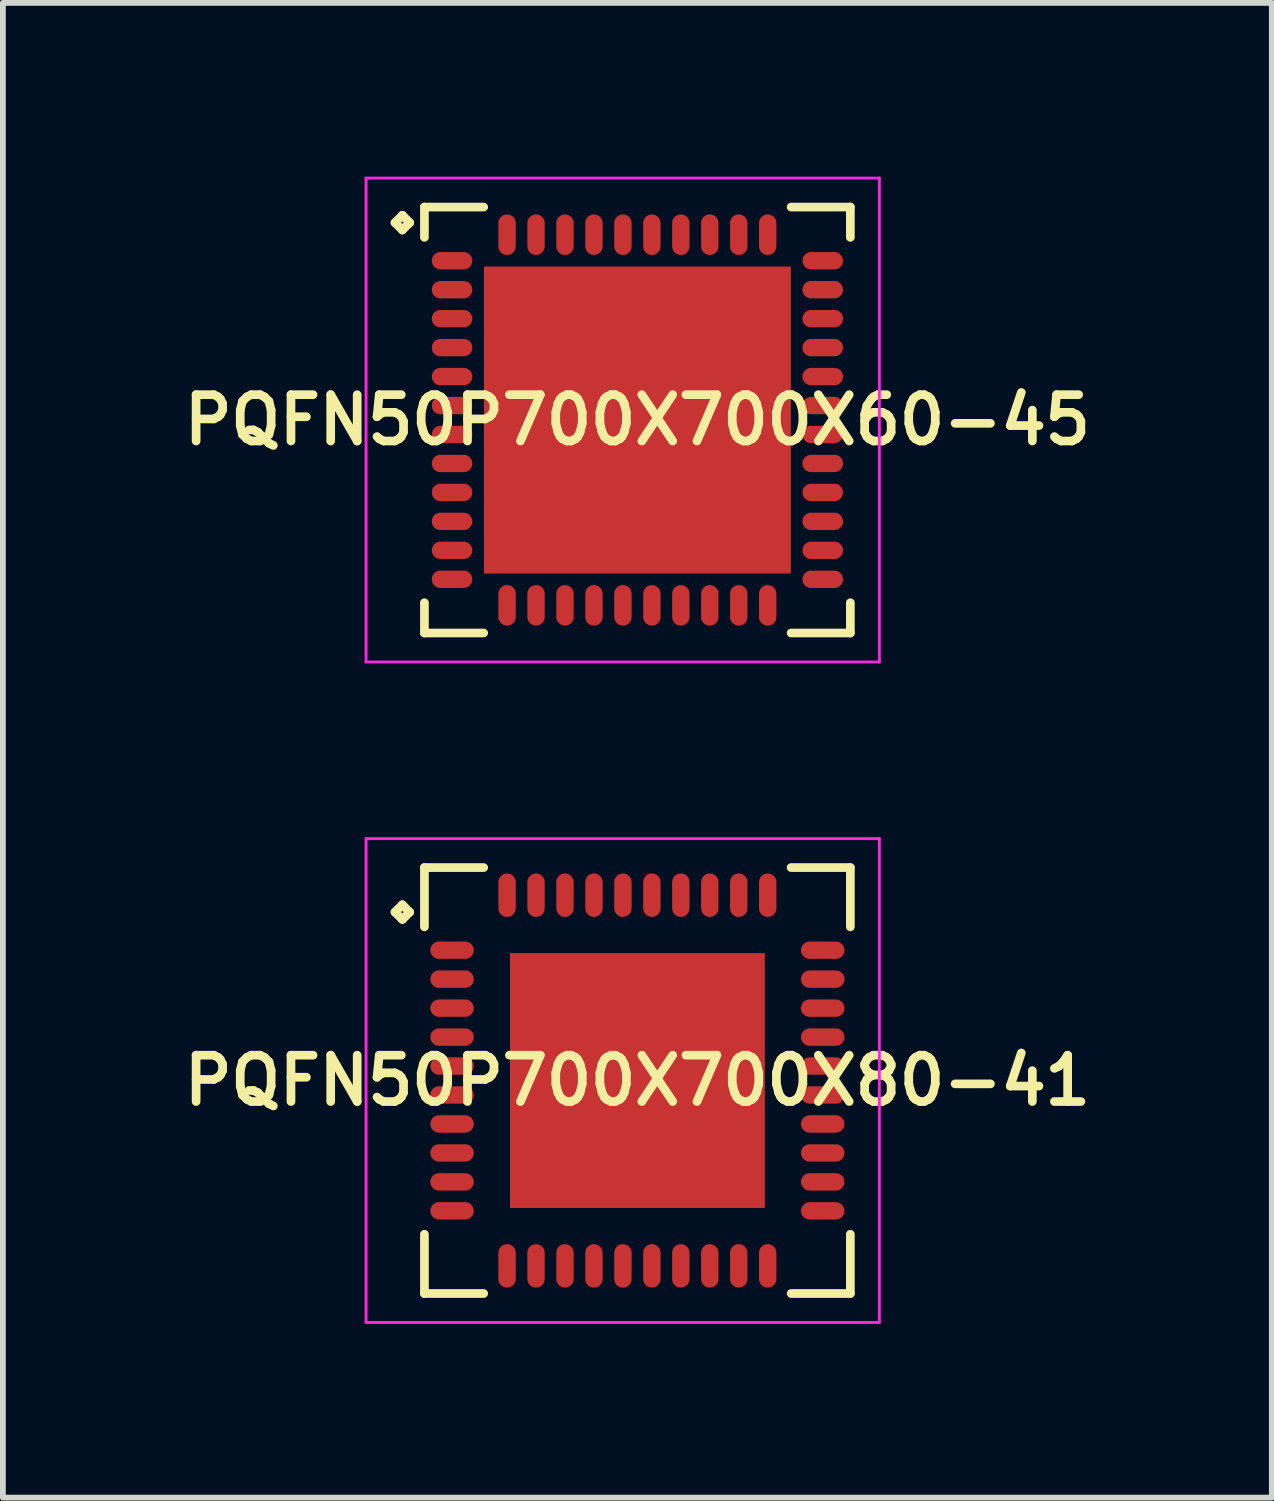
<source format=kicad_pcb>
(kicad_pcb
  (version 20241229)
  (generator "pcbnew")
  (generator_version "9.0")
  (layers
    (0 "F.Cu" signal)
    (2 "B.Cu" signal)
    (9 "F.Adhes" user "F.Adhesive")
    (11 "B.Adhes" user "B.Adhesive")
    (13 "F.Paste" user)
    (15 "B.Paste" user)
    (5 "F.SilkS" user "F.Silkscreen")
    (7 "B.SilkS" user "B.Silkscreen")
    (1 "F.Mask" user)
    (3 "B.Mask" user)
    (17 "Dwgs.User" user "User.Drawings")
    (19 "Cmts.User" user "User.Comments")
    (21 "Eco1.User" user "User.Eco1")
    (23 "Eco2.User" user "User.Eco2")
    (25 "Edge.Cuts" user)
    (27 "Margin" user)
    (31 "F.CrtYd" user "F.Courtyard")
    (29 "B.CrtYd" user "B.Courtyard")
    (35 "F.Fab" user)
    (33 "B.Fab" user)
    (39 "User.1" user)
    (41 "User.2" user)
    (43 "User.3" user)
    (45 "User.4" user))
  (footprint "PQFN50P700X700X60-45"
    (layer "F.Cu")
    (at 7.955 4.202)
    (property "Reference" "PQFN50P700X700X60-45" (at 0 0 0) (layer "F.SilkS") (effects (font (size 0.8 0.8) (thickness 0.15))))
    (attr smd)
    (fp_line (start -4.185 -3.408) (end -4.058 -3.535) (stroke (width 0.15) (type solid)) (layer "F.SilkS"))
    (fp_line (start -4.058 -3.535) (end -3.931 -3.408) (stroke (width 0.15) (type solid)) (layer "F.SilkS"))
    (fp_line (start -4.058 -3.281) (end -4.185 -3.408) (stroke (width 0.15) (type solid)) (layer "F.SilkS"))
    (fp_line (start -3.931 -3.408) (end -4.058 -3.281) (stroke (width 0.15) (type solid)) (layer "F.SilkS"))
    (fp_line (start -3.677 -3.677) (end -2.654 -3.677) (stroke (width 0.15) (type solid)) (layer "F.SilkS"))
    (fp_line (start -3.677 -3.154) (end -3.677 -3.677) (stroke (width 0.15) (type solid)) (layer "F.SilkS"))
    (fp_line (start -3.677 3.154) (end -3.677 3.677) (stroke (width 0.15) (type solid)) (layer "F.SilkS"))
    (fp_line (start -3.677 3.677) (end -2.654 3.677) (stroke (width 0.15) (type solid)) (layer "F.SilkS"))
    (fp_line (start 2.654 -3.677) (end 3.677 -3.677) (stroke (width 0.15) (type solid)) (layer "F.SilkS"))
    (fp_line (start 2.654 3.677) (end 3.677 3.677) (stroke (width 0.15) (type solid)) (layer "F.SilkS"))
    (fp_line (start 3.677 -3.677) (end 3.677 -3.154) (stroke (width 0.15) (type solid)) (layer "F.SilkS"))
    (fp_line (start 3.677 3.677) (end 3.677 3.154) (stroke (width 0.15) (type solid)) (layer "F.SilkS"))
    (fp_line (start -4.685 -4.177) (end 4.177 -4.177) (stroke (width 0.05) (type solid)) (layer "F.CrtYd"))
    (fp_line (start -4.685 4.177) (end -4.685 -4.177) (stroke (width 0.05) (type solid)) (layer "F.CrtYd"))
    (fp_line (start 4.177 -4.177) (end 4.177 4.177) (stroke (width 0.05) (type solid)) (layer "F.CrtYd"))
    (fp_line (start 4.177 4.177) (end -4.685 4.177) (stroke (width 0.05) (type solid)) (layer "F.CrtYd"))
    (pad "1" smd oval (at -3.2 -2.75) (size 0.7 0.3) (layers "F.Cu" "F.Mask" "F.Paste"))
    (pad "2" smd oval (at -3.2 -2.25) (size 0.7 0.3) (layers "F.Cu" "F.Mask" "F.Paste"))
    (pad "3" smd oval (at -3.2 -1.75) (size 0.7 0.3) (layers "F.Cu" "F.Mask" "F.Paste"))
    (pad "4" smd oval (at -3.2 -1.25) (size 0.7 0.3) (layers "F.Cu" "F.Mask" "F.Paste"))
    (pad "5" smd oval (at -3.2 -0.75) (size 0.7 0.3) (layers "F.Cu" "F.Mask" "F.Paste"))
    (pad "6" smd oval (at -3.2 -0.25) (size 0.7 0.3) (layers "F.Cu" "F.Mask" "F.Paste"))
    (pad "7" smd oval (at -3.2 0.25) (size 0.7 0.3) (layers "F.Cu" "F.Mask" "F.Paste"))
    (pad "8" smd oval (at -3.2 0.75) (size 0.7 0.3) (layers "F.Cu" "F.Mask" "F.Paste"))
    (pad "9" smd oval (at -3.2 1.25) (size 0.7 0.3) (layers "F.Cu" "F.Mask" "F.Paste"))
    (pad "10" smd oval (at -3.2 1.75) (size 0.7 0.3) (layers "F.Cu" "F.Mask" "F.Paste"))
    (pad "11" smd oval (at -3.2 2.25) (size 0.7 0.3) (layers "F.Cu" "F.Mask" "F.Paste"))
    (pad "12" smd oval (at -3.2 2.75) (size 0.7 0.3) (layers "F.Cu" "F.Mask" "F.Paste"))
    (pad "13" smd oval (at -2.25 3.2) (size 0.3 0.7) (layers "F.Cu" "F.Mask" "F.Paste"))
    (pad "14" smd oval (at -1.75 3.2) (size 0.3 0.7) (layers "F.Cu" "F.Mask" "F.Paste"))
    (pad "15" smd oval (at -1.25 3.2) (size 0.3 0.7) (layers "F.Cu" "F.Mask" "F.Paste"))
    (pad "16" smd oval (at -0.75 3.2) (size 0.3 0.7) (layers "F.Cu" "F.Mask" "F.Paste"))
    (pad "17" smd oval (at -0.25 3.2) (size 0.3 0.7) (layers "F.Cu" "F.Mask" "F.Paste"))
    (pad "18" smd oval (at 0.25 3.2) (size 0.3 0.7) (layers "F.Cu" "F.Mask" "F.Paste"))
    (pad "19" smd oval (at 0.75 3.2) (size 0.3 0.7) (layers "F.Cu" "F.Mask" "F.Paste"))
    (pad "20" smd oval (at 1.25 3.2) (size 0.3 0.7) (layers "F.Cu" "F.Mask" "F.Paste"))
    (pad "21" smd oval (at 1.75 3.2) (size 0.3 0.7) (layers "F.Cu" "F.Mask" "F.Paste"))
    (pad "22" smd oval (at 2.25 3.2) (size 0.3 0.7) (layers "F.Cu" "F.Mask" "F.Paste"))
    (pad "23" smd oval (at 3.2 2.75) (size 0.7 0.3) (layers "F.Cu" "F.Mask" "F.Paste"))
    (pad "24" smd oval (at 3.2 2.25) (size 0.7 0.3) (layers "F.Cu" "F.Mask" "F.Paste"))
    (pad "25" smd oval (at 3.2 1.75) (size 0.7 0.3) (layers "F.Cu" "F.Mask" "F.Paste"))
    (pad "26" smd oval (at 3.2 1.25) (size 0.7 0.3) (layers "F.Cu" "F.Mask" "F.Paste"))
    (pad "27" smd oval (at 3.2 0.75) (size 0.7 0.3) (layers "F.Cu" "F.Mask" "F.Paste"))
    (pad "28" smd oval (at 3.2 0.25) (size 0.7 0.3) (layers "F.Cu" "F.Mask" "F.Paste"))
    (pad "29" smd oval (at 3.2 -0.25) (size 0.7 0.3) (layers "F.Cu" "F.Mask" "F.Paste"))
    (pad "30" smd oval (at 3.2 -0.75) (size 0.7 0.3) (layers "F.Cu" "F.Mask" "F.Paste"))
    (pad "31" smd oval (at 3.2 -1.25) (size 0.7 0.3) (layers "F.Cu" "F.Mask" "F.Paste"))
    (pad "32" smd oval (at 3.2 -1.75) (size 0.7 0.3) (layers "F.Cu" "F.Mask" "F.Paste"))
    (pad "33" smd oval (at 3.2 -2.25) (size 0.7 0.3) (layers "F.Cu" "F.Mask" "F.Paste"))
    (pad "34" smd oval (at 3.2 -2.75) (size 0.7 0.3) (layers "F.Cu" "F.Mask" "F.Paste"))
    (pad "35" smd oval (at 2.25 -3.2) (size 0.3 0.7) (layers "F.Cu" "F.Mask" "F.Paste"))
    (pad "36" smd oval (at 1.75 -3.2) (size 0.3 0.7) (layers "F.Cu" "F.Mask" "F.Paste"))
    (pad "37" smd oval (at 1.25 -3.2) (size 0.3 0.7) (layers "F.Cu" "F.Mask" "F.Paste"))
    (pad "38" smd oval (at 0.75 -3.2) (size 0.3 0.7) (layers "F.Cu" "F.Mask" "F.Paste"))
    (pad "39" smd oval (at 0.25 -3.2) (size 0.3 0.7) (layers "F.Cu" "F.Mask" "F.Paste"))
    (pad "40" smd oval (at -0.25 -3.2) (size 0.3 0.7) (layers "F.Cu" "F.Mask" "F.Paste"))
    (pad "41" smd oval (at -0.75 -3.2) (size 0.3 0.7) (layers "F.Cu" "F.Mask" "F.Paste"))
    (pad "42" smd oval (at -1.25 -3.2) (size 0.3 0.7) (layers "F.Cu" "F.Mask" "F.Paste"))
    (pad "43" smd oval (at -1.75 -3.2) (size 0.3 0.7) (layers "F.Cu" "F.Mask" "F.Paste"))
    (pad "44" smd oval (at -2.25 -3.2) (size 0.3 0.7) (layers "F.Cu" "F.Mask" "F.Paste"))
    (pad "45" smd rect (at 0 0) (size 5.3 5.3) (layers "F.Cu" "F.Mask" "F.Paste")))
  (footprint "PQFN50P700X700X80-41"
    (layer "F.Cu")
    (at 7.955 15.606)
    (property "Reference" "PQFN50P700X700X80-41" (at 0 0 0) (layer "F.SilkS") (effects (font (size 0.8 0.8) (thickness 0.15))))
    (attr smd)
    (fp_line (start -4.185 -2.908) (end -4.058 -3.035) (stroke (width 0.15) (type solid)) (layer "F.SilkS"))
    (fp_line (start -4.058 -3.035) (end -3.931 -2.908) (stroke (width 0.15) (type solid)) (layer "F.SilkS"))
    (fp_line (start -4.058 -2.781) (end -4.185 -2.908) (stroke (width 0.15) (type solid)) (layer "F.SilkS"))
    (fp_line (start -3.931 -2.908) (end -4.058 -2.781) (stroke (width 0.15) (type solid)) (layer "F.SilkS"))
    (fp_line (start -3.677 -3.677) (end -2.654 -3.677) (stroke (width 0.15) (type solid)) (layer "F.SilkS"))
    (fp_line (start -3.677 -2.654) (end -3.677 -3.677) (stroke (width 0.15) (type solid)) (layer "F.SilkS"))
    (fp_line (start -3.677 2.654) (end -3.677 3.677) (stroke (width 0.15) (type solid)) (layer "F.SilkS"))
    (fp_line (start -3.677 3.677) (end -2.654 3.677) (stroke (width 0.15) (type solid)) (layer "F.SilkS"))
    (fp_line (start 2.654 -3.677) (end 3.677 -3.677) (stroke (width 0.15) (type solid)) (layer "F.SilkS"))
    (fp_line (start 2.654 3.677) (end 3.677 3.677) (stroke (width 0.15) (type solid)) (layer "F.SilkS"))
    (fp_line (start 3.677 -3.677) (end 3.677 -2.654) (stroke (width 0.15) (type solid)) (layer "F.SilkS"))
    (fp_line (start 3.677 3.677) (end 3.677 2.654) (stroke (width 0.15) (type solid)) (layer "F.SilkS"))
    (fp_line (start -4.685 -4.177) (end 4.177 -4.177) (stroke (width 0.05) (type solid)) (layer "F.CrtYd"))
    (fp_line (start -4.685 4.177) (end -4.685 -4.177) (stroke (width 0.05) (type solid)) (layer "F.CrtYd"))
    (fp_line (start 4.177 -4.177) (end 4.177 4.177) (stroke (width 0.05) (type solid)) (layer "F.CrtYd"))
    (fp_line (start 4.177 4.177) (end -4.685 4.177) (stroke (width 0.05) (type solid)) (layer "F.CrtYd"))
    (pad "1" smd oval (at -3.2 -2.25) (size 0.75 0.3) (layers "F.Cu" "F.Mask" "F.Paste"))
    (pad "2" smd oval (at -3.2 -1.75) (size 0.75 0.3) (layers "F.Cu" "F.Mask" "F.Paste"))
    (pad "3" smd oval (at -3.2 -1.25) (size 0.75 0.3) (layers "F.Cu" "F.Mask" "F.Paste"))
    (pad "4" smd oval (at -3.2 -0.75) (size 0.75 0.3) (layers "F.Cu" "F.Mask" "F.Paste"))
    (pad "5" smd oval (at -3.2 -0.25) (size 0.75 0.3) (layers "F.Cu" "F.Mask" "F.Paste"))
    (pad "6" smd oval (at -3.2 0.25) (size 0.75 0.3) (layers "F.Cu" "F.Mask" "F.Paste"))
    (pad "7" smd oval (at -3.2 0.75) (size 0.75 0.3) (layers "F.Cu" "F.Mask" "F.Paste"))
    (pad "8" smd oval (at -3.2 1.25) (size 0.75 0.3) (layers "F.Cu" "F.Mask" "F.Paste"))
    (pad "9" smd oval (at -3.2 1.75) (size 0.75 0.3) (layers "F.Cu" "F.Mask" "F.Paste"))
    (pad "10" smd oval (at -3.2 2.25) (size 0.75 0.3) (layers "F.Cu" "F.Mask" "F.Paste"))
    (pad "11" smd oval (at -2.25 3.2) (size 0.3 0.75) (layers "F.Cu" "F.Mask" "F.Paste"))
    (pad "12" smd oval (at -1.75 3.2) (size 0.3 0.75) (layers "F.Cu" "F.Mask" "F.Paste"))
    (pad "13" smd oval (at -1.25 3.2) (size 0.3 0.75) (layers "F.Cu" "F.Mask" "F.Paste"))
    (pad "14" smd oval (at -0.75 3.2) (size 0.3 0.75) (layers "F.Cu" "F.Mask" "F.Paste"))
    (pad "15" smd oval (at -0.25 3.2) (size 0.3 0.75) (layers "F.Cu" "F.Mask" "F.Paste"))
    (pad "16" smd oval (at 0.25 3.2) (size 0.3 0.75) (layers "F.Cu" "F.Mask" "F.Paste"))
    (pad "17" smd oval (at 0.75 3.2) (size 0.3 0.75) (layers "F.Cu" "F.Mask" "F.Paste"))
    (pad "18" smd oval (at 1.25 3.2) (size 0.3 0.75) (layers "F.Cu" "F.Mask" "F.Paste"))
    (pad "19" smd oval (at 1.75 3.2) (size 0.3 0.75) (layers "F.Cu" "F.Mask" "F.Paste"))
    (pad "20" smd oval (at 2.25 3.2) (size 0.3 0.75) (layers "F.Cu" "F.Mask" "F.Paste"))
    (pad "21" smd oval (at 3.2 2.25) (size 0.75 0.3) (layers "F.Cu" "F.Mask" "F.Paste"))
    (pad "22" smd oval (at 3.2 1.75) (size 0.75 0.3) (layers "F.Cu" "F.Mask" "F.Paste"))
    (pad "23" smd oval (at 3.2 1.25) (size 0.75 0.3) (layers "F.Cu" "F.Mask" "F.Paste"))
    (pad "24" smd oval (at 3.2 0.75) (size 0.75 0.3) (layers "F.Cu" "F.Mask" "F.Paste"))
    (pad "25" smd oval (at 3.2 0.25) (size 0.75 0.3) (layers "F.Cu" "F.Mask" "F.Paste"))
    (pad "26" smd oval (at 3.2 -0.25) (size 0.75 0.3) (layers "F.Cu" "F.Mask" "F.Paste"))
    (pad "27" smd oval (at 3.2 -0.75) (size 0.75 0.3) (layers "F.Cu" "F.Mask" "F.Paste"))
    (pad "28" smd oval (at 3.2 -1.25) (size 0.75 0.3) (layers "F.Cu" "F.Mask" "F.Paste"))
    (pad "29" smd oval (at 3.2 -1.75) (size 0.75 0.3) (layers "F.Cu" "F.Mask" "F.Paste"))
    (pad "30" smd oval (at 3.2 -2.25) (size 0.75 0.3) (layers "F.Cu" "F.Mask" "F.Paste"))
    (pad "31" smd oval (at 2.25 -3.2) (size 0.3 0.75) (layers "F.Cu" "F.Mask" "F.Paste"))
    (pad "32" smd oval (at 1.75 -3.2) (size 0.3 0.75) (layers "F.Cu" "F.Mask" "F.Paste"))
    (pad "33" smd oval (at 1.25 -3.2) (size 0.3 0.75) (layers "F.Cu" "F.Mask" "F.Paste"))
    (pad "34" smd oval (at 0.75 -3.2) (size 0.3 0.75) (layers "F.Cu" "F.Mask" "F.Paste"))
    (pad "35" smd oval (at 0.25 -3.2) (size 0.3 0.75) (layers "F.Cu" "F.Mask" "F.Paste"))
    (pad "36" smd oval (at -0.25 -3.2) (size 0.3 0.75) (layers "F.Cu" "F.Mask" "F.Paste"))
    (pad "37" smd oval (at -0.75 -3.2) (size 0.3 0.75) (layers "F.Cu" "F.Mask" "F.Paste"))
    (pad "38" smd oval (at -1.25 -3.2) (size 0.3 0.75) (layers "F.Cu" "F.Mask" "F.Paste"))
    (pad "39" smd oval (at -1.75 -3.2) (size 0.3 0.75) (layers "F.Cu" "F.Mask" "F.Paste"))
    (pad "40" smd oval (at -2.25 -3.2) (size 0.3 0.75) (layers "F.Cu" "F.Mask" "F.Paste"))
    (pad "41" smd rect (at 0 0) (size 4.4 4.4) (layers "F.Cu" "F.Mask" "F.Paste")))
  (gr_rect
    (start -3 -3)
    (end 18.909 22.808)
    (stroke (width 0.1) (type default))
    (fill no)
    (layer "Edge.Cuts")))
</source>
